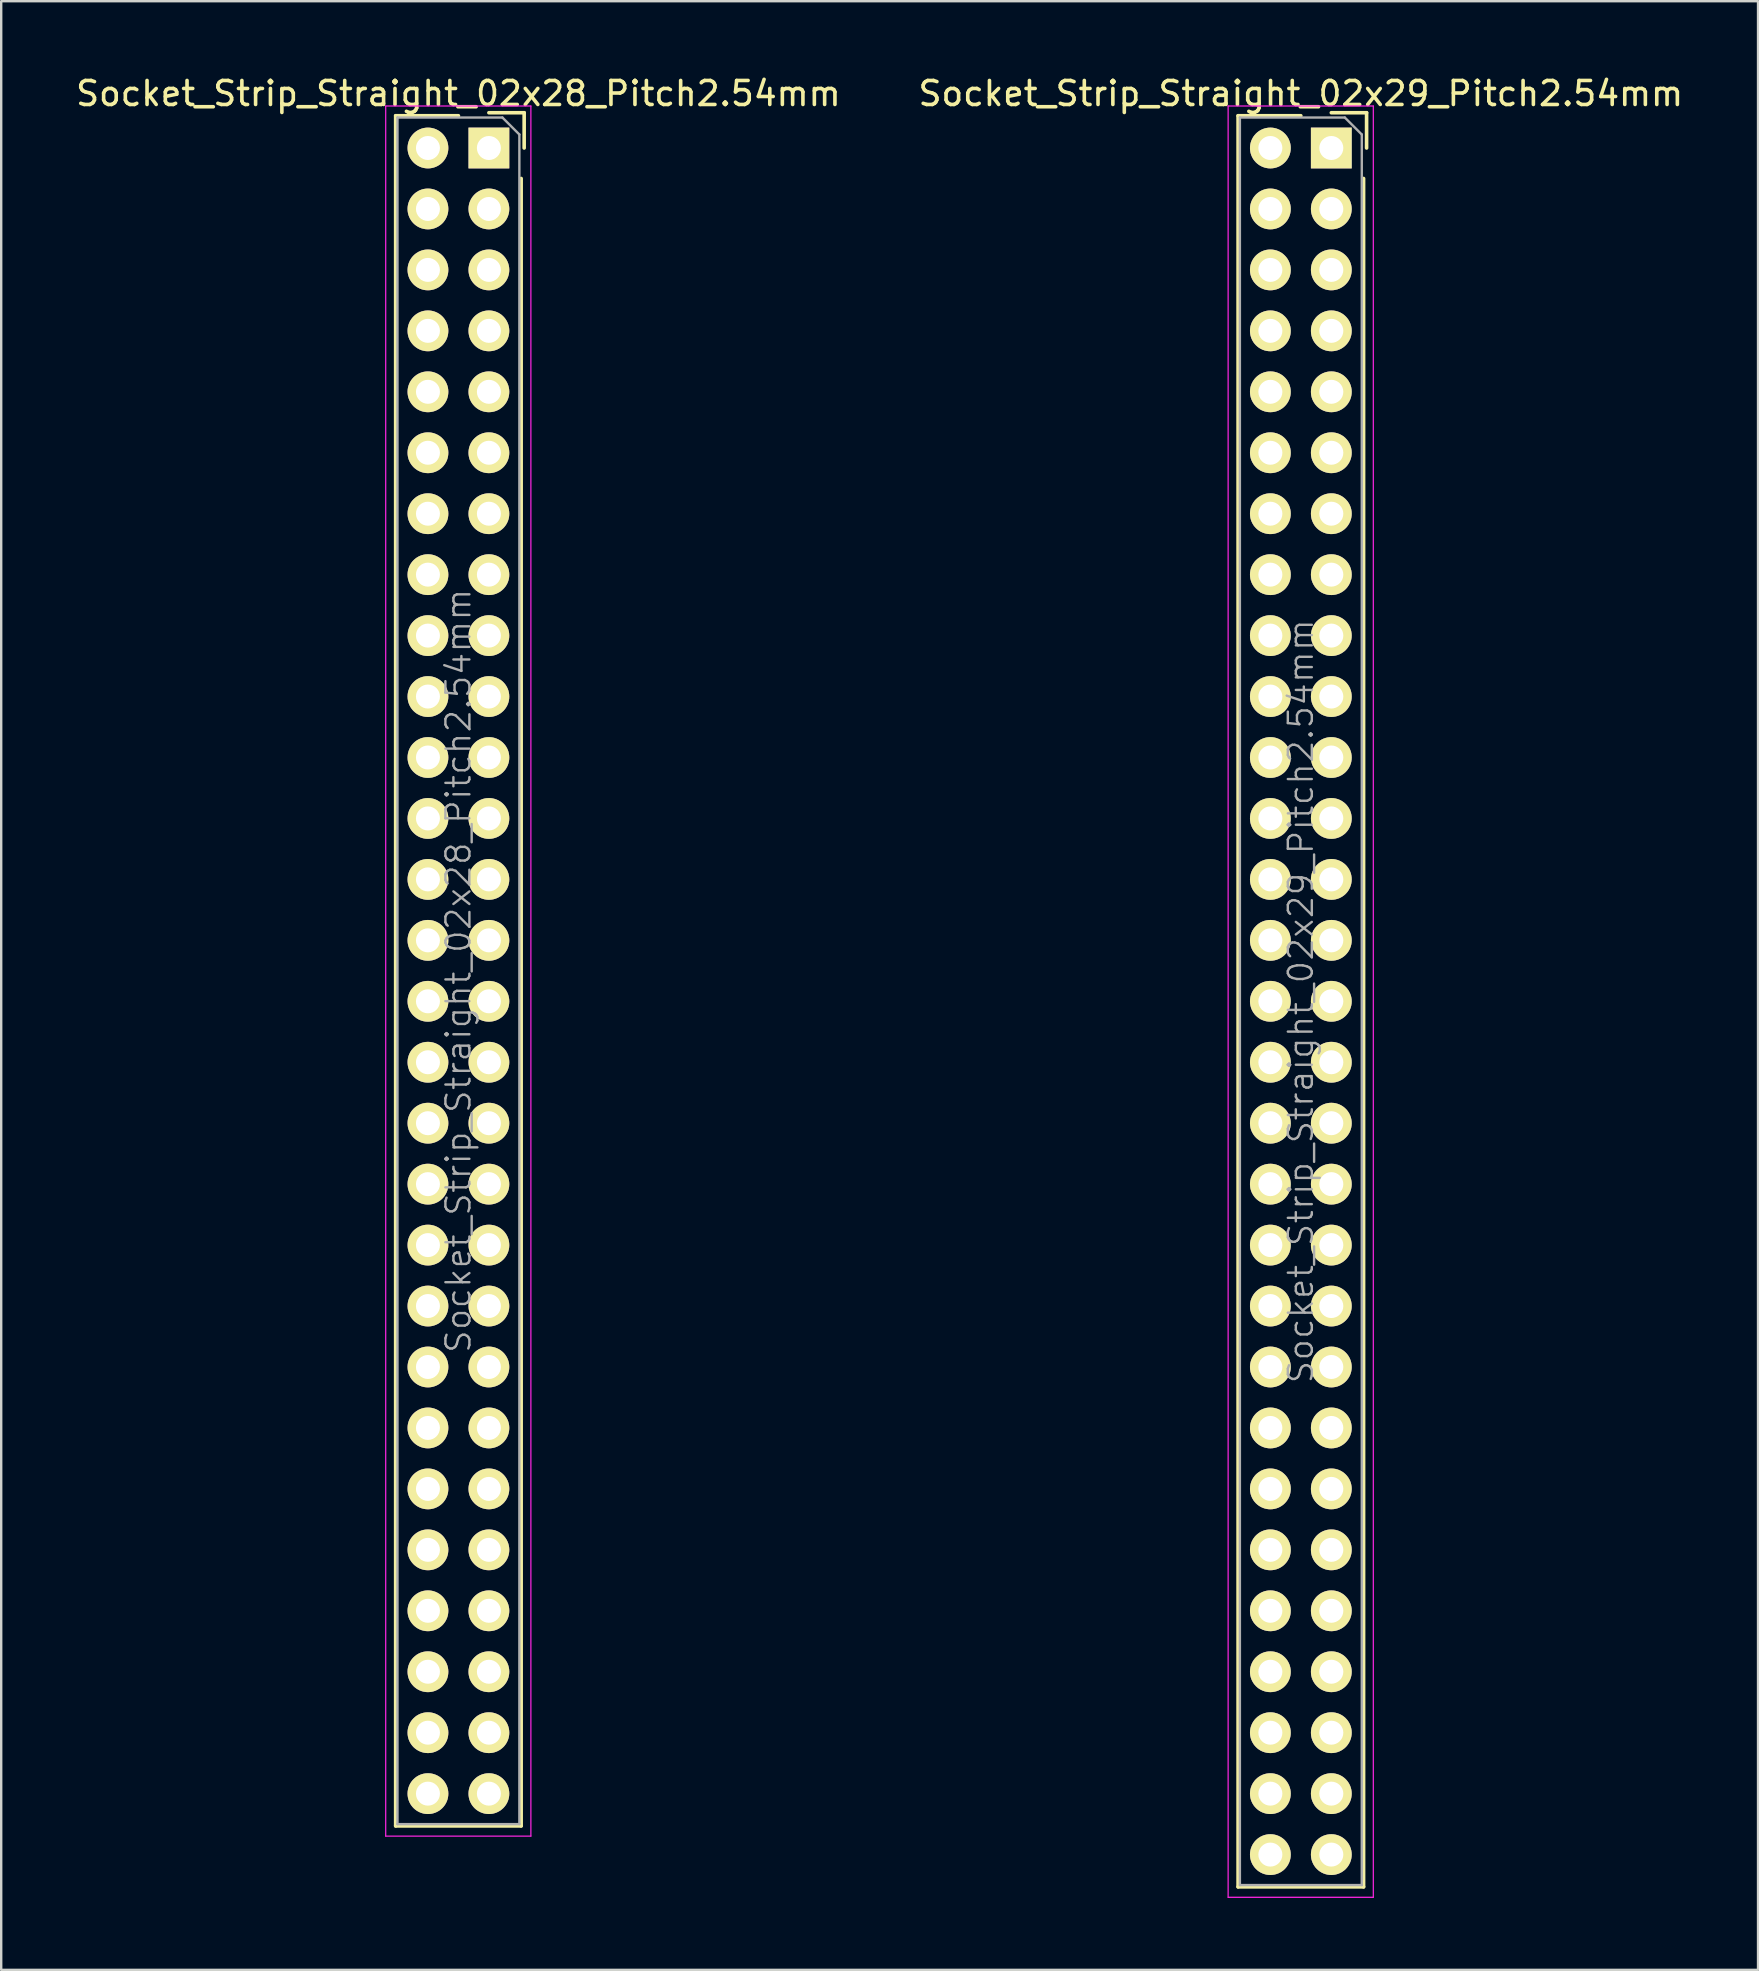
<source format=kicad_pcb>
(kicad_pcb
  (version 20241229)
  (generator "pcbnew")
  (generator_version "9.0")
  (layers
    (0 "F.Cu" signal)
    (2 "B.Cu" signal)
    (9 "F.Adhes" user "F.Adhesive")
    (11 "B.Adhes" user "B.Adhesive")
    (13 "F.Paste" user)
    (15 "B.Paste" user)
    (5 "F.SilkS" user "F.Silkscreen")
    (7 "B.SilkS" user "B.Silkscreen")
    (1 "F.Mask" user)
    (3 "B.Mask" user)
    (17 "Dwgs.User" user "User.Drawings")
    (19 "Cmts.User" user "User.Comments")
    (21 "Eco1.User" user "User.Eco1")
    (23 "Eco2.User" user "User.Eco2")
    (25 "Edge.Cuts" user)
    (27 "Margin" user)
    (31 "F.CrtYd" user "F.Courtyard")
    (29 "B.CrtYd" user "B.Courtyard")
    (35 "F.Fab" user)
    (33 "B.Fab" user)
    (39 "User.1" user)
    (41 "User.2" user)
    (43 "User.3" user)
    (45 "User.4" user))
  (footprint "Socket_Strip_Straight_02x28_Pitch2.54mm"
    (layer "F.Cu")
    (at 17.324 3.118)
    (property "Reference" "Socket_Strip_Straight_02x28_Pitch2.54mm" (at -1.27 -2.27 0) (layer "F.SilkS") (effects (font (size 1 1) (thickness 0.15))))
    (attr smd)
    (fp_line (start -3.885 -1.345) (end -3.885 69.925) (stroke (width 0.15) (type solid)) (layer "F.SilkS"))
    (fp_line (start -1.27 -1.345) (end -3.885 -1.345) (stroke (width 0.15) (type solid)) (layer "F.SilkS"))
    (fp_line (start 1.345 1.27) (end 1.345 69.925) (stroke (width 0.15) (type solid)) (layer "F.SilkS"))
    (fp_line (start 1.345 69.925) (end -3.885 69.925) (stroke (width 0.15) (type solid)) (layer "F.SilkS"))
    (fp_line (start 1.47 -1.47) (end 0 -1.47) (stroke (width 0.15) (type solid)) (layer "F.SilkS"))
    (fp_line (start 1.47 -1.47) (end 1.47 0) (stroke (width 0.15) (type solid)) (layer "F.SilkS"))
    (fp_line (start -4.3 -1.75) (end -4.3 70.35) (stroke (width 0.05) (type solid)) (layer "F.CrtYd"))
    (fp_line (start 1.75 -1.75) (end -4.3 -1.75) (stroke (width 0.05) (type solid)) (layer "F.CrtYd"))
    (fp_line (start 1.75 -1.75) (end 1.75 70.35) (stroke (width 0.05) (type solid)) (layer "F.CrtYd"))
    (fp_line (start 1.75 70.35) (end -4.3 70.35) (stroke (width 0.05) (type solid)) (layer "F.CrtYd"))
    (fp_line (start -3.81 -1.27) (end 0.563 -1.27) (stroke (width 0.1) (type solid)) (layer "F.Fab"))
    (fp_line (start -3.81 69.85) (end -3.81 -1.27) (stroke (width 0.1) (type solid)) (layer "F.Fab"))
    (fp_line (start -3.81 69.85) (end 1.27 69.85) (stroke (width 0.1) (type solid)) (layer "F.Fab"))
    (fp_line (start 1.27 -0.563) (end 0.563 -1.27) (stroke (width 0.1) (type solid)) (layer "F.Fab"))
    (fp_line (start 1.27 69.85) (end 1.27 -0.563) (stroke (width 0.1) (type solid)) (layer "F.Fab"))
    (fp_text user "${REFERENCE}" (at -1.27 34.29 90) (layer "F.Fab") (effects (font (size 1 1) (thickness 0.1))))
    (pad "1" thru_hole rect (at 0 0) (size 1.7 1.7) (drill 1) (layers "*.Cu" "*.Mask" "F.SilkS"))
    (pad "2" thru_hole oval (at -2.54 0) (size 1.7 1.7) (drill 1) (layers "*.Cu" "*.Mask" "F.SilkS"))
    (pad "3" thru_hole oval (at 0 2.54) (size 1.7 1.7) (drill 1) (layers "*.Cu" "*.Mask" "F.SilkS"))
    (pad "4" thru_hole oval (at -2.54 2.54) (size 1.7 1.7) (drill 1) (layers "*.Cu" "*.Mask" "F.SilkS"))
    (pad "5" thru_hole oval (at 0 5.08) (size 1.7 1.7) (drill 1) (layers "*.Cu" "*.Mask" "F.SilkS"))
    (pad "6" thru_hole oval (at -2.54 5.08) (size 1.7 1.7) (drill 1) (layers "*.Cu" "*.Mask" "F.SilkS"))
    (pad "7" thru_hole oval (at 0 7.62) (size 1.7 1.7) (drill 1) (layers "*.Cu" "*.Mask" "F.SilkS"))
    (pad "8" thru_hole oval (at -2.54 7.62) (size 1.7 1.7) (drill 1) (layers "*.Cu" "*.Mask" "F.SilkS"))
    (pad "9" thru_hole oval (at 0 10.16) (size 1.7 1.7) (drill 1) (layers "*.Cu" "*.Mask" "F.SilkS"))
    (pad "10" thru_hole oval (at -2.54 10.16) (size 1.7 1.7) (drill 1) (layers "*.Cu" "*.Mask" "F.SilkS"))
    (pad "11" thru_hole oval (at 0 12.7) (size 1.7 1.7) (drill 1) (layers "*.Cu" "*.Mask" "F.SilkS"))
    (pad "12" thru_hole oval (at -2.54 12.7) (size 1.7 1.7) (drill 1) (layers "*.Cu" "*.Mask" "F.SilkS"))
    (pad "13" thru_hole oval (at 0 15.24) (size 1.7 1.7) (drill 1) (layers "*.Cu" "*.Mask" "F.SilkS"))
    (pad "14" thru_hole oval (at -2.54 15.24) (size 1.7 1.7) (drill 1) (layers "*.Cu" "*.Mask" "F.SilkS"))
    (pad "15" thru_hole oval (at 0 17.78) (size 1.7 1.7) (drill 1) (layers "*.Cu" "*.Mask" "F.SilkS"))
    (pad "16" thru_hole oval (at -2.54 17.78) (size 1.7 1.7) (drill 1) (layers "*.Cu" "*.Mask" "F.SilkS"))
    (pad "17" thru_hole oval (at 0 20.32) (size 1.7 1.7) (drill 1) (layers "*.Cu" "*.Mask" "F.SilkS"))
    (pad "18" thru_hole oval (at -2.54 20.32) (size 1.7 1.7) (drill 1) (layers "*.Cu" "*.Mask" "F.SilkS"))
    (pad "19" thru_hole oval (at 0 22.86) (size 1.7 1.7) (drill 1) (layers "*.Cu" "*.Mask" "F.SilkS"))
    (pad "20" thru_hole oval (at -2.54 22.86) (size 1.7 1.7) (drill 1) (layers "*.Cu" "*.Mask" "F.SilkS"))
    (pad "21" thru_hole oval (at 0 25.4) (size 1.7 1.7) (drill 1) (layers "*.Cu" "*.Mask" "F.SilkS"))
    (pad "22" thru_hole oval (at -2.54 25.4) (size 1.7 1.7) (drill 1) (layers "*.Cu" "*.Mask" "F.SilkS"))
    (pad "23" thru_hole oval (at 0 27.94) (size 1.7 1.7) (drill 1) (layers "*.Cu" "*.Mask" "F.SilkS"))
    (pad "24" thru_hole oval (at -2.54 27.94) (size 1.7 1.7) (drill 1) (layers "*.Cu" "*.Mask" "F.SilkS"))
    (pad "25" thru_hole oval (at 0 30.48) (size 1.7 1.7) (drill 1) (layers "*.Cu" "*.Mask" "F.SilkS"))
    (pad "26" thru_hole oval (at -2.54 30.48) (size 1.7 1.7) (drill 1) (layers "*.Cu" "*.Mask" "F.SilkS"))
    (pad "27" thru_hole oval (at 0 33.02) (size 1.7 1.7) (drill 1) (layers "*.Cu" "*.Mask" "F.SilkS"))
    (pad "28" thru_hole oval (at -2.54 33.02) (size 1.7 1.7) (drill 1) (layers "*.Cu" "*.Mask" "F.SilkS"))
    (pad "29" thru_hole oval (at 0 35.56) (size 1.7 1.7) (drill 1) (layers "*.Cu" "*.Mask" "F.SilkS"))
    (pad "30" thru_hole oval (at -2.54 35.56) (size 1.7 1.7) (drill 1) (layers "*.Cu" "*.Mask" "F.SilkS"))
    (pad "31" thru_hole oval (at 0 38.1) (size 1.7 1.7) (drill 1) (layers "*.Cu" "*.Mask" "F.SilkS"))
    (pad "32" thru_hole oval (at -2.54 38.1) (size 1.7 1.7) (drill 1) (layers "*.Cu" "*.Mask" "F.SilkS"))
    (pad "33" thru_hole oval (at 0 40.64) (size 1.7 1.7) (drill 1) (layers "*.Cu" "*.Mask" "F.SilkS"))
    (pad "34" thru_hole oval (at -2.54 40.64) (size 1.7 1.7) (drill 1) (layers "*.Cu" "*.Mask" "F.SilkS"))
    (pad "35" thru_hole oval (at 0 43.18) (size 1.7 1.7) (drill 1) (layers "*.Cu" "*.Mask" "F.SilkS"))
    (pad "36" thru_hole oval (at -2.54 43.18) (size 1.7 1.7) (drill 1) (layers "*.Cu" "*.Mask" "F.SilkS"))
    (pad "37" thru_hole oval (at 0 45.72) (size 1.7 1.7) (drill 1) (layers "*.Cu" "*.Mask" "F.SilkS"))
    (pad "38" thru_hole oval (at -2.54 45.72) (size 1.7 1.7) (drill 1) (layers "*.Cu" "*.Mask" "F.SilkS"))
    (pad "39" thru_hole oval (at 0 48.26) (size 1.7 1.7) (drill 1) (layers "*.Cu" "*.Mask" "F.SilkS"))
    (pad "40" thru_hole oval (at -2.54 48.26) (size 1.7 1.7) (drill 1) (layers "*.Cu" "*.Mask" "F.SilkS"))
    (pad "41" thru_hole oval (at 0 50.8) (size 1.7 1.7) (drill 1) (layers "*.Cu" "*.Mask" "F.SilkS"))
    (pad "42" thru_hole oval (at -2.54 50.8) (size 1.7 1.7) (drill 1) (layers "*.Cu" "*.Mask" "F.SilkS"))
    (pad "43" thru_hole oval (at 0 53.34) (size 1.7 1.7) (drill 1) (layers "*.Cu" "*.Mask" "F.SilkS"))
    (pad "44" thru_hole oval (at -2.54 53.34) (size 1.7 1.7) (drill 1) (layers "*.Cu" "*.Mask" "F.SilkS"))
    (pad "45" thru_hole oval (at 0 55.88) (size 1.7 1.7) (drill 1) (layers "*.Cu" "*.Mask" "F.SilkS"))
    (pad "46" thru_hole oval (at -2.54 55.88) (size 1.7 1.7) (drill 1) (layers "*.Cu" "*.Mask" "F.SilkS"))
    (pad "47" thru_hole oval (at 0 58.42) (size 1.7 1.7) (drill 1) (layers "*.Cu" "*.Mask" "F.SilkS"))
    (pad "48" thru_hole oval (at -2.54 58.42) (size 1.7 1.7) (drill 1) (layers "*.Cu" "*.Mask" "F.SilkS"))
    (pad "49" thru_hole oval (at 0 60.96) (size 1.7 1.7) (drill 1) (layers "*.Cu" "*.Mask" "F.SilkS"))
    (pad "50" thru_hole oval (at -2.54 60.96) (size 1.7 1.7) (drill 1) (layers "*.Cu" "*.Mask" "F.SilkS"))
    (pad "51" thru_hole oval (at 0 63.5) (size 1.7 1.7) (drill 1) (layers "*.Cu" "*.Mask" "F.SilkS"))
    (pad "52" thru_hole oval (at -2.54 63.5) (size 1.7 1.7) (drill 1) (layers "*.Cu" "*.Mask" "F.SilkS"))
    (pad "53" thru_hole oval (at 0 66.04) (size 1.7 1.7) (drill 1) (layers "*.Cu" "*.Mask" "F.SilkS"))
    (pad "54" thru_hole oval (at -2.54 66.04) (size 1.7 1.7) (drill 1) (layers "*.Cu" "*.Mask" "F.SilkS"))
    (pad "55" thru_hole oval (at 0 68.58) (size 1.7 1.7) (drill 1) (layers "*.Cu" "*.Mask" "F.SilkS"))
    (pad "56" thru_hole oval (at -2.54 68.58) (size 1.7 1.7) (drill 1) (layers "*.Cu" "*.Mask" "F.SilkS")))
  (footprint "Socket_Strip_Straight_02x29_Pitch2.54mm"
    (layer "F.Cu")
    (at 52.431 3.118)
    (property "Reference" "Socket_Strip_Straight_02x29_Pitch2.54mm" (at -1.27 -2.27 0) (layer "F.SilkS") (effects (font (size 1 1) (thickness 0.15))))
    (attr smd)
    (fp_line (start -3.885 -1.345) (end -3.885 72.465) (stroke (width 0.15) (type solid)) (layer "F.SilkS"))
    (fp_line (start -1.27 -1.345) (end -3.885 -1.345) (stroke (width 0.15) (type solid)) (layer "F.SilkS"))
    (fp_line (start 1.345 1.27) (end 1.345 72.465) (stroke (width 0.15) (type solid)) (layer "F.SilkS"))
    (fp_line (start 1.345 72.465) (end -3.885 72.465) (stroke (width 0.15) (type solid)) (layer "F.SilkS"))
    (fp_line (start 1.47 -1.47) (end 0 -1.47) (stroke (width 0.15) (type solid)) (layer "F.SilkS"))
    (fp_line (start 1.47 -1.47) (end 1.47 0) (stroke (width 0.15) (type solid)) (layer "F.SilkS"))
    (fp_line (start -4.3 -1.75) (end -4.3 72.9) (stroke (width 0.05) (type solid)) (layer "F.CrtYd"))
    (fp_line (start 1.75 -1.75) (end -4.3 -1.75) (stroke (width 0.05) (type solid)) (layer "F.CrtYd"))
    (fp_line (start 1.75 -1.75) (end 1.75 72.9) (stroke (width 0.05) (type solid)) (layer "F.CrtYd"))
    (fp_line (start 1.75 72.9) (end -4.3 72.9) (stroke (width 0.05) (type solid)) (layer "F.CrtYd"))
    (fp_line (start -3.81 -1.27) (end 0.563 -1.27) (stroke (width 0.1) (type solid)) (layer "F.Fab"))
    (fp_line (start -3.81 72.39) (end -3.81 -1.27) (stroke (width 0.1) (type solid)) (layer "F.Fab"))
    (fp_line (start -3.81 72.39) (end 1.27 72.39) (stroke (width 0.1) (type solid)) (layer "F.Fab"))
    (fp_line (start 1.27 -0.563) (end 0.563 -1.27) (stroke (width 0.1) (type solid)) (layer "F.Fab"))
    (fp_line (start 1.27 72.39) (end 1.27 -0.563) (stroke (width 0.1) (type solid)) (layer "F.Fab"))
    (fp_text user "${REFERENCE}" (at -1.27 35.56 90) (layer "F.Fab") (effects (font (size 1 1) (thickness 0.1))))
    (pad "1" thru_hole rect (at 0 0) (size 1.7 1.7) (drill 1) (layers "*.Cu" "*.Mask" "F.SilkS"))
    (pad "2" thru_hole oval (at -2.54 0) (size 1.7 1.7) (drill 1) (layers "*.Cu" "*.Mask" "F.SilkS"))
    (pad "3" thru_hole oval (at 0 2.54) (size 1.7 1.7) (drill 1) (layers "*.Cu" "*.Mask" "F.SilkS"))
    (pad "4" thru_hole oval (at -2.54 2.54) (size 1.7 1.7) (drill 1) (layers "*.Cu" "*.Mask" "F.SilkS"))
    (pad "5" thru_hole oval (at 0 5.08) (size 1.7 1.7) (drill 1) (layers "*.Cu" "*.Mask" "F.SilkS"))
    (pad "6" thru_hole oval (at -2.54 5.08) (size 1.7 1.7) (drill 1) (layers "*.Cu" "*.Mask" "F.SilkS"))
    (pad "7" thru_hole oval (at 0 7.62) (size 1.7 1.7) (drill 1) (layers "*.Cu" "*.Mask" "F.SilkS"))
    (pad "8" thru_hole oval (at -2.54 7.62) (size 1.7 1.7) (drill 1) (layers "*.Cu" "*.Mask" "F.SilkS"))
    (pad "9" thru_hole oval (at 0 10.16) (size 1.7 1.7) (drill 1) (layers "*.Cu" "*.Mask" "F.SilkS"))
    (pad "10" thru_hole oval (at -2.54 10.16) (size 1.7 1.7) (drill 1) (layers "*.Cu" "*.Mask" "F.SilkS"))
    (pad "11" thru_hole oval (at 0 12.7) (size 1.7 1.7) (drill 1) (layers "*.Cu" "*.Mask" "F.SilkS"))
    (pad "12" thru_hole oval (at -2.54 12.7) (size 1.7 1.7) (drill 1) (layers "*.Cu" "*.Mask" "F.SilkS"))
    (pad "13" thru_hole oval (at 0 15.24) (size 1.7 1.7) (drill 1) (layers "*.Cu" "*.Mask" "F.SilkS"))
    (pad "14" thru_hole oval (at -2.54 15.24) (size 1.7 1.7) (drill 1) (layers "*.Cu" "*.Mask" "F.SilkS"))
    (pad "15" thru_hole oval (at 0 17.78) (size 1.7 1.7) (drill 1) (layers "*.Cu" "*.Mask" "F.SilkS"))
    (pad "16" thru_hole oval (at -2.54 17.78) (size 1.7 1.7) (drill 1) (layers "*.Cu" "*.Mask" "F.SilkS"))
    (pad "17" thru_hole oval (at 0 20.32) (size 1.7 1.7) (drill 1) (layers "*.Cu" "*.Mask" "F.SilkS"))
    (pad "18" thru_hole oval (at -2.54 20.32) (size 1.7 1.7) (drill 1) (layers "*.Cu" "*.Mask" "F.SilkS"))
    (pad "19" thru_hole oval (at 0 22.86) (size 1.7 1.7) (drill 1) (layers "*.Cu" "*.Mask" "F.SilkS"))
    (pad "20" thru_hole oval (at -2.54 22.86) (size 1.7 1.7) (drill 1) (layers "*.Cu" "*.Mask" "F.SilkS"))
    (pad "21" thru_hole oval (at 0 25.4) (size 1.7 1.7) (drill 1) (layers "*.Cu" "*.Mask" "F.SilkS"))
    (pad "22" thru_hole oval (at -2.54 25.4) (size 1.7 1.7) (drill 1) (layers "*.Cu" "*.Mask" "F.SilkS"))
    (pad "23" thru_hole oval (at 0 27.94) (size 1.7 1.7) (drill 1) (layers "*.Cu" "*.Mask" "F.SilkS"))
    (pad "24" thru_hole oval (at -2.54 27.94) (size 1.7 1.7) (drill 1) (layers "*.Cu" "*.Mask" "F.SilkS"))
    (pad "25" thru_hole oval (at 0 30.48) (size 1.7 1.7) (drill 1) (layers "*.Cu" "*.Mask" "F.SilkS"))
    (pad "26" thru_hole oval (at -2.54 30.48) (size 1.7 1.7) (drill 1) (layers "*.Cu" "*.Mask" "F.SilkS"))
    (pad "27" thru_hole oval (at 0 33.02) (size 1.7 1.7) (drill 1) (layers "*.Cu" "*.Mask" "F.SilkS"))
    (pad "28" thru_hole oval (at -2.54 33.02) (size 1.7 1.7) (drill 1) (layers "*.Cu" "*.Mask" "F.SilkS"))
    (pad "29" thru_hole oval (at 0 35.56) (size 1.7 1.7) (drill 1) (layers "*.Cu" "*.Mask" "F.SilkS"))
    (pad "30" thru_hole oval (at -2.54 35.56) (size 1.7 1.7) (drill 1) (layers "*.Cu" "*.Mask" "F.SilkS"))
    (pad "31" thru_hole oval (at 0 38.1) (size 1.7 1.7) (drill 1) (layers "*.Cu" "*.Mask" "F.SilkS"))
    (pad "32" thru_hole oval (at -2.54 38.1) (size 1.7 1.7) (drill 1) (layers "*.Cu" "*.Mask" "F.SilkS"))
    (pad "33" thru_hole oval (at 0 40.64) (size 1.7 1.7) (drill 1) (layers "*.Cu" "*.Mask" "F.SilkS"))
    (pad "34" thru_hole oval (at -2.54 40.64) (size 1.7 1.7) (drill 1) (layers "*.Cu" "*.Mask" "F.SilkS"))
    (pad "35" thru_hole oval (at 0 43.18) (size 1.7 1.7) (drill 1) (layers "*.Cu" "*.Mask" "F.SilkS"))
    (pad "36" thru_hole oval (at -2.54 43.18) (size 1.7 1.7) (drill 1) (layers "*.Cu" "*.Mask" "F.SilkS"))
    (pad "37" thru_hole oval (at 0 45.72) (size 1.7 1.7) (drill 1) (layers "*.Cu" "*.Mask" "F.SilkS"))
    (pad "38" thru_hole oval (at -2.54 45.72) (size 1.7 1.7) (drill 1) (layers "*.Cu" "*.Mask" "F.SilkS"))
    (pad "39" thru_hole oval (at 0 48.26) (size 1.7 1.7) (drill 1) (layers "*.Cu" "*.Mask" "F.SilkS"))
    (pad "40" thru_hole oval (at -2.54 48.26) (size 1.7 1.7) (drill 1) (layers "*.Cu" "*.Mask" "F.SilkS"))
    (pad "41" thru_hole oval (at 0 50.8) (size 1.7 1.7) (drill 1) (layers "*.Cu" "*.Mask" "F.SilkS"))
    (pad "42" thru_hole oval (at -2.54 50.8) (size 1.7 1.7) (drill 1) (layers "*.Cu" "*.Mask" "F.SilkS"))
    (pad "43" thru_hole oval (at 0 53.34) (size 1.7 1.7) (drill 1) (layers "*.Cu" "*.Mask" "F.SilkS"))
    (pad "44" thru_hole oval (at -2.54 53.34) (size 1.7 1.7) (drill 1) (layers "*.Cu" "*.Mask" "F.SilkS"))
    (pad "45" thru_hole oval (at 0 55.88) (size 1.7 1.7) (drill 1) (layers "*.Cu" "*.Mask" "F.SilkS"))
    (pad "46" thru_hole oval (at -2.54 55.88) (size 1.7 1.7) (drill 1) (layers "*.Cu" "*.Mask" "F.SilkS"))
    (pad "47" thru_hole oval (at 0 58.42) (size 1.7 1.7) (drill 1) (layers "*.Cu" "*.Mask" "F.SilkS"))
    (pad "48" thru_hole oval (at -2.54 58.42) (size 1.7 1.7) (drill 1) (layers "*.Cu" "*.Mask" "F.SilkS"))
    (pad "49" thru_hole oval (at 0 60.96) (size 1.7 1.7) (drill 1) (layers "*.Cu" "*.Mask" "F.SilkS"))
    (pad "50" thru_hole oval (at -2.54 60.96) (size 1.7 1.7) (drill 1) (layers "*.Cu" "*.Mask" "F.SilkS"))
    (pad "51" thru_hole oval (at 0 63.5) (size 1.7 1.7) (drill 1) (layers "*.Cu" "*.Mask" "F.SilkS"))
    (pad "52" thru_hole oval (at -2.54 63.5) (size 1.7 1.7) (drill 1) (layers "*.Cu" "*.Mask" "F.SilkS"))
    (pad "53" thru_hole oval (at 0 66.04) (size 1.7 1.7) (drill 1) (layers "*.Cu" "*.Mask" "F.SilkS"))
    (pad "54" thru_hole oval (at -2.54 66.04) (size 1.7 1.7) (drill 1) (layers "*.Cu" "*.Mask" "F.SilkS"))
    (pad "55" thru_hole oval (at 0 68.58) (size 1.7 1.7) (drill 1) (layers "*.Cu" "*.Mask" "F.SilkS"))
    (pad "56" thru_hole oval (at -2.54 68.58) (size 1.7 1.7) (drill 1) (layers "*.Cu" "*.Mask" "F.SilkS"))
    (pad "57" thru_hole oval (at 0 71.12) (size 1.7 1.7) (drill 1) (layers "*.Cu" "*.Mask" "F.SilkS"))
    (pad "58" thru_hole oval (at -2.54 71.12) (size 1.7 1.7) (drill 1) (layers "*.Cu" "*.Mask" "F.SilkS")))
  (gr_rect
    (start -3 -3)
    (end 70.214 79.043)
    (stroke (width 0.1) (type default))
    (fill no)
    (layer "Edge.Cuts")))
</source>
